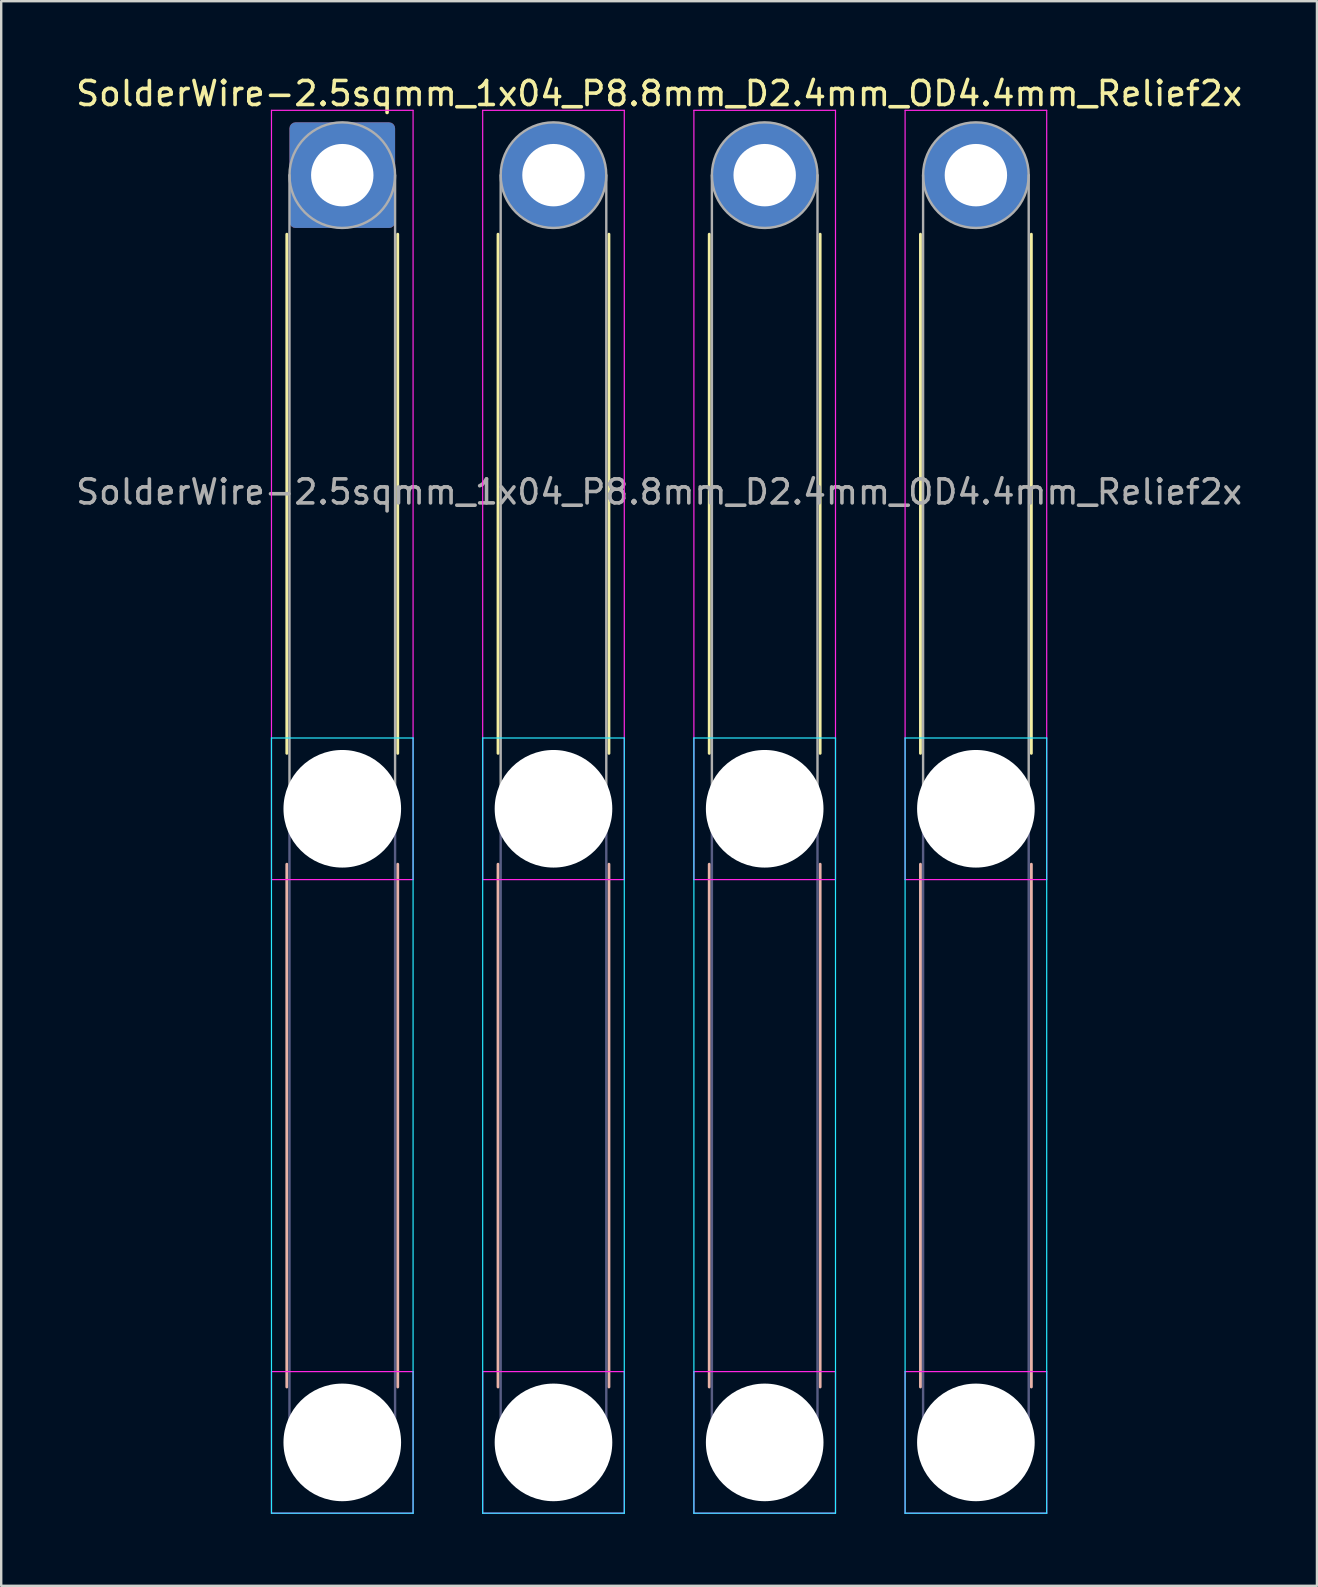
<source format=kicad_pcb>
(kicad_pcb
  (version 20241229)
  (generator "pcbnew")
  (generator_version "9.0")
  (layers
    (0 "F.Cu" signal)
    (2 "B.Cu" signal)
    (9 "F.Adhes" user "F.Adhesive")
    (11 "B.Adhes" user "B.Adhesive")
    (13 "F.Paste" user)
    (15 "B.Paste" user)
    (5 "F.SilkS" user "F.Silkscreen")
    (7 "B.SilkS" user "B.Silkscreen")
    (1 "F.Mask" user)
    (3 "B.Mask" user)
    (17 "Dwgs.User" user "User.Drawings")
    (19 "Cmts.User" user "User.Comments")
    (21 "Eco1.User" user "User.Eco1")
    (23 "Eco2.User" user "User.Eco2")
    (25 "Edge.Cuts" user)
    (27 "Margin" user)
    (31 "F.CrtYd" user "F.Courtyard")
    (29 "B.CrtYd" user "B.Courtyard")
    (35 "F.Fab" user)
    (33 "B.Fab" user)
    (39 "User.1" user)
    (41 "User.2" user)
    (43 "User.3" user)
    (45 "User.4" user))
  (footprint "SolderWire-2.5sqmm_1x04_P8.8mm_D2.4mm_OD4.4mm_Relief2x"
    (layer "F.Cu")
    (at 11.211 4.248)
    (property "Reference" "SolderWire-2.5sqmm_1x04_P8.8mm_D2.4mm_OD4.4mm_Relief2x" (at 13.2 -3.4 0) (layer "F.SilkS") (effects (font (size 1 1) (thickness 0.15))))
    (attr exclude_from_pos_files exclude_from_bom)
    (fp_line (start -2.31 2.46) (end -2.31 24.09) (stroke (width 0.12) (type solid)) (layer "F.SilkS"))
    (fp_line (start 2.31 2.46) (end 2.31 24.09) (stroke (width 0.12) (type solid)) (layer "F.SilkS"))
    (fp_line (start 6.49 2.46) (end 6.49 24.09) (stroke (width 0.12) (type solid)) (layer "F.SilkS"))
    (fp_line (start 11.11 2.46) (end 11.11 24.09) (stroke (width 0.12) (type solid)) (layer "F.SilkS"))
    (fp_line (start 15.29 2.46) (end 15.29 24.09) (stroke (width 0.12) (type solid)) (layer "F.SilkS"))
    (fp_line (start 19.91 2.46) (end 19.91 24.09) (stroke (width 0.12) (type solid)) (layer "F.SilkS"))
    (fp_line (start 24.09 2.46) (end 24.09 24.09) (stroke (width 0.12) (type solid)) (layer "F.SilkS"))
    (fp_line (start 28.71 2.46) (end 28.71 24.09) (stroke (width 0.12) (type solid)) (layer "F.SilkS"))
    (fp_line (start -2.31 28.71) (end -2.31 50.49) (stroke (width 0.12) (type solid)) (layer "B.SilkS"))
    (fp_line (start 2.31 28.71) (end 2.31 50.49) (stroke (width 0.12) (type solid)) (layer "B.SilkS"))
    (fp_line (start 6.49 28.71) (end 6.49 50.49) (stroke (width 0.12) (type solid)) (layer "B.SilkS"))
    (fp_line (start 11.11 28.71) (end 11.11 50.49) (stroke (width 0.12) (type solid)) (layer "B.SilkS"))
    (fp_line (start 15.29 28.71) (end 15.29 50.49) (stroke (width 0.12) (type solid)) (layer "B.SilkS"))
    (fp_line (start 19.91 28.71) (end 19.91 50.49) (stroke (width 0.12) (type solid)) (layer "B.SilkS"))
    (fp_line (start 24.09 28.71) (end 24.09 50.49) (stroke (width 0.12) (type solid)) (layer "B.SilkS"))
    (fp_line (start 28.71 28.71) (end 28.71 50.49) (stroke (width 0.12) (type solid)) (layer "B.SilkS"))
    (fp_line (start -2.95 23.45) (end -2.95 55.75) (stroke (width 0.05) (type solid)) (layer "B.CrtYd"))
    (fp_line (start -2.95 55.75) (end 2.95 55.75) (stroke (width 0.05) (type solid)) (layer "B.CrtYd"))
    (fp_line (start 2.95 23.45) (end -2.95 23.45) (stroke (width 0.05) (type solid)) (layer "B.CrtYd"))
    (fp_line (start 2.95 55.75) (end 2.95 23.45) (stroke (width 0.05) (type solid)) (layer "B.CrtYd"))
    (fp_line (start 5.85 23.45) (end 5.85 55.75) (stroke (width 0.05) (type solid)) (layer "B.CrtYd"))
    (fp_line (start 5.85 55.75) (end 11.75 55.75) (stroke (width 0.05) (type solid)) (layer "B.CrtYd"))
    (fp_line (start 11.75 23.45) (end 5.85 23.45) (stroke (width 0.05) (type solid)) (layer "B.CrtYd"))
    (fp_line (start 11.75 55.75) (end 11.75 23.45) (stroke (width 0.05) (type solid)) (layer "B.CrtYd"))
    (fp_line (start 14.65 23.45) (end 14.65 55.75) (stroke (width 0.05) (type solid)) (layer "B.CrtYd"))
    (fp_line (start 14.65 55.75) (end 20.55 55.75) (stroke (width 0.05) (type solid)) (layer "B.CrtYd"))
    (fp_line (start 20.55 23.45) (end 14.65 23.45) (stroke (width 0.05) (type solid)) (layer "B.CrtYd"))
    (fp_line (start 20.55 55.75) (end 20.55 23.45) (stroke (width 0.05) (type solid)) (layer "B.CrtYd"))
    (fp_line (start 23.45 23.45) (end 23.45 55.75) (stroke (width 0.05) (type solid)) (layer "B.CrtYd"))
    (fp_line (start 23.45 55.75) (end 29.35 55.75) (stroke (width 0.05) (type solid)) (layer "B.CrtYd"))
    (fp_line (start 29.35 23.45) (end 23.45 23.45) (stroke (width 0.05) (type solid)) (layer "B.CrtYd"))
    (fp_line (start 29.35 55.75) (end 29.35 23.45) (stroke (width 0.05) (type solid)) (layer "B.CrtYd"))
    (fp_line (start -2.95 -2.7) (end -2.95 29.35) (stroke (width 0.05) (type solid)) (layer "F.CrtYd"))
    (fp_line (start -2.95 29.35) (end 2.95 29.35) (stroke (width 0.05) (type solid)) (layer "F.CrtYd"))
    (fp_line (start -2.95 49.85) (end -2.95 55.75) (stroke (width 0.05) (type solid)) (layer "F.CrtYd"))
    (fp_line (start -2.95 55.75) (end 2.95 55.75) (stroke (width 0.05) (type solid)) (layer "F.CrtYd"))
    (fp_line (start 2.95 -2.7) (end -2.95 -2.7) (stroke (width 0.05) (type solid)) (layer "F.CrtYd"))
    (fp_line (start 2.95 29.35) (end 2.95 -2.7) (stroke (width 0.05) (type solid)) (layer "F.CrtYd"))
    (fp_line (start 2.95 49.85) (end -2.95 49.85) (stroke (width 0.05) (type solid)) (layer "F.CrtYd"))
    (fp_line (start 2.95 55.75) (end 2.95 49.85) (stroke (width 0.05) (type solid)) (layer "F.CrtYd"))
    (fp_line (start 5.85 -2.7) (end 5.85 29.35) (stroke (width 0.05) (type solid)) (layer "F.CrtYd"))
    (fp_line (start 5.85 29.35) (end 11.75 29.35) (stroke (width 0.05) (type solid)) (layer "F.CrtYd"))
    (fp_line (start 5.85 49.85) (end 5.85 55.75) (stroke (width 0.05) (type solid)) (layer "F.CrtYd"))
    (fp_line (start 5.85 55.75) (end 11.75 55.75) (stroke (width 0.05) (type solid)) (layer "F.CrtYd"))
    (fp_line (start 11.75 -2.7) (end 5.85 -2.7) (stroke (width 0.05) (type solid)) (layer "F.CrtYd"))
    (fp_line (start 11.75 29.35) (end 11.75 -2.7) (stroke (width 0.05) (type solid)) (layer "F.CrtYd"))
    (fp_line (start 11.75 49.85) (end 5.85 49.85) (stroke (width 0.05) (type solid)) (layer "F.CrtYd"))
    (fp_line (start 11.75 55.75) (end 11.75 49.85) (stroke (width 0.05) (type solid)) (layer "F.CrtYd"))
    (fp_line (start 14.65 -2.7) (end 14.65 29.35) (stroke (width 0.05) (type solid)) (layer "F.CrtYd"))
    (fp_line (start 14.65 29.35) (end 20.55 29.35) (stroke (width 0.05) (type solid)) (layer "F.CrtYd"))
    (fp_line (start 14.65 49.85) (end 14.65 55.75) (stroke (width 0.05) (type solid)) (layer "F.CrtYd"))
    (fp_line (start 14.65 55.75) (end 20.55 55.75) (stroke (width 0.05) (type solid)) (layer "F.CrtYd"))
    (fp_line (start 20.55 -2.7) (end 14.65 -2.7) (stroke (width 0.05) (type solid)) (layer "F.CrtYd"))
    (fp_line (start 20.55 29.35) (end 20.55 -2.7) (stroke (width 0.05) (type solid)) (layer "F.CrtYd"))
    (fp_line (start 20.55 49.85) (end 14.65 49.85) (stroke (width 0.05) (type solid)) (layer "F.CrtYd"))
    (fp_line (start 20.55 55.75) (end 20.55 49.85) (stroke (width 0.05) (type solid)) (layer "F.CrtYd"))
    (fp_line (start 23.45 -2.7) (end 23.45 29.35) (stroke (width 0.05) (type solid)) (layer "F.CrtYd"))
    (fp_line (start 23.45 29.35) (end 29.35 29.35) (stroke (width 0.05) (type solid)) (layer "F.CrtYd"))
    (fp_line (start 23.45 49.85) (end 23.45 55.75) (stroke (width 0.05) (type solid)) (layer "F.CrtYd"))
    (fp_line (start 23.45 55.75) (end 29.35 55.75) (stroke (width 0.05) (type solid)) (layer "F.CrtYd"))
    (fp_line (start 29.35 -2.7) (end 23.45 -2.7) (stroke (width 0.05) (type solid)) (layer "F.CrtYd"))
    (fp_line (start 29.35 29.35) (end 29.35 -2.7) (stroke (width 0.05) (type solid)) (layer "F.CrtYd"))
    (fp_line (start 29.35 49.85) (end 23.45 49.85) (stroke (width 0.05) (type solid)) (layer "F.CrtYd"))
    (fp_line (start 29.35 55.75) (end 29.35 49.85) (stroke (width 0.05) (type solid)) (layer "F.CrtYd"))
    (fp_line (start -2.2 26.4) (end -2.2 52.8) (stroke (width 0.1) (type solid)) (layer "B.Fab"))
    (fp_line (start 2.2 26.4) (end 2.2 52.8) (stroke (width 0.1) (type solid)) (layer "B.Fab"))
    (fp_line (start 6.6 26.4) (end 6.6 52.8) (stroke (width 0.1) (type solid)) (layer "B.Fab"))
    (fp_line (start 11 26.4) (end 11 52.8) (stroke (width 0.1) (type solid)) (layer "B.Fab"))
    (fp_line (start 15.4 26.4) (end 15.4 52.8) (stroke (width 0.1) (type solid)) (layer "B.Fab"))
    (fp_line (start 19.8 26.4) (end 19.8 52.8) (stroke (width 0.1) (type solid)) (layer "B.Fab"))
    (fp_line (start 24.2 26.4) (end 24.2 52.8) (stroke (width 0.1) (type solid)) (layer "B.Fab"))
    (fp_line (start 28.6 26.4) (end 28.6 52.8) (stroke (width 0.1) (type solid)) (layer "B.Fab"))
    (fp_circle (center 0 26.4) (end 2.2 26.4) (stroke (width 0.1) (type solid)) (fill no) (layer "B.Fab"))
    (fp_circle (center 0 52.8) (end 2.2 52.8) (stroke (width 0.1) (type solid)) (fill no) (layer "B.Fab"))
    (fp_circle (center 8.8 26.4) (end 11 26.4) (stroke (width 0.1) (type solid)) (fill no) (layer "B.Fab"))
    (fp_circle (center 8.8 52.8) (end 11 52.8) (stroke (width 0.1) (type solid)) (fill no) (layer "B.Fab"))
    (fp_circle (center 17.6 26.4) (end 19.8 26.4) (stroke (width 0.1) (type solid)) (fill no) (layer "B.Fab"))
    (fp_circle (center 17.6 52.8) (end 19.8 52.8) (stroke (width 0.1) (type solid)) (fill no) (layer "B.Fab"))
    (fp_circle (center 26.4 26.4) (end 28.6 26.4) (stroke (width 0.1) (type solid)) (fill no) (layer "B.Fab"))
    (fp_circle (center 26.4 52.8) (end 28.6 52.8) (stroke (width 0.1) (type solid)) (fill no) (layer "B.Fab"))
    (fp_line (start -2.2 0) (end -2.2 26.4) (stroke (width 0.1) (type solid)) (layer "F.Fab"))
    (fp_line (start 2.2 0) (end 2.2 26.4) (stroke (width 0.1) (type solid)) (layer "F.Fab"))
    (fp_line (start 6.6 0) (end 6.6 26.4) (stroke (width 0.1) (type solid)) (layer "F.Fab"))
    (fp_line (start 11 0) (end 11 26.4) (stroke (width 0.1) (type solid)) (layer "F.Fab"))
    (fp_line (start 15.4 0) (end 15.4 26.4) (stroke (width 0.1) (type solid)) (layer "F.Fab"))
    (fp_line (start 19.8 0) (end 19.8 26.4) (stroke (width 0.1) (type solid)) (layer "F.Fab"))
    (fp_line (start 24.2 0) (end 24.2 26.4) (stroke (width 0.1) (type solid)) (layer "F.Fab"))
    (fp_line (start 28.6 0) (end 28.6 26.4) (stroke (width 0.1) (type solid)) (layer "F.Fab"))
    (fp_circle (center 0 0) (end 2.2 0) (stroke (width 0.1) (type solid)) (fill no) (layer "F.Fab"))
    (fp_circle (center 0 26.4) (end 2.2 26.4) (stroke (width 0.1) (type solid)) (fill no) (layer "F.Fab"))
    (fp_circle (center 0 52.8) (end 2.2 52.8) (stroke (width 0.1) (type solid)) (fill no) (layer "F.Fab"))
    (fp_circle (center 8.8 0) (end 11 0) (stroke (width 0.1) (type solid)) (fill no) (layer "F.Fab"))
    (fp_circle (center 8.8 26.4) (end 11 26.4) (stroke (width 0.1) (type solid)) (fill no) (layer "F.Fab"))
    (fp_circle (center 8.8 52.8) (end 11 52.8) (stroke (width 0.1) (type solid)) (fill no) (layer "F.Fab"))
    (fp_circle (center 17.6 0) (end 19.8 0) (stroke (width 0.1) (type solid)) (fill no) (layer "F.Fab"))
    (fp_circle (center 17.6 26.4) (end 19.8 26.4) (stroke (width 0.1) (type solid)) (fill no) (layer "F.Fab"))
    (fp_circle (center 17.6 52.8) (end 19.8 52.8) (stroke (width 0.1) (type solid)) (fill no) (layer "F.Fab"))
    (fp_circle (center 26.4 0) (end 28.6 0) (stroke (width 0.1) (type solid)) (fill no) (layer "F.Fab"))
    (fp_circle (center 26.4 26.4) (end 28.6 26.4) (stroke (width 0.1) (type solid)) (fill no) (layer "F.Fab"))
    (fp_circle (center 26.4 52.8) (end 28.6 52.8) (stroke (width 0.1) (type solid)) (fill no) (layer "F.Fab"))
    (fp_text user "${REFERENCE}" (at 13.2 13.2 0) (layer "F.Fab") (effects (font (size 1 1) (thickness 0.15))))
    (pad "" np_thru_hole circle (at 0 26.4) (size 4.9 4.9) (drill 4.9) (layers "*.Cu" "*.Mask"))
    (pad "" np_thru_hole circle (at 0 52.8) (size 4.9 4.9) (drill 4.9) (layers "*.Cu" "*.Mask"))
    (pad "" np_thru_hole circle (at 8.8 26.4) (size 4.9 4.9) (drill 4.9) (layers "*.Cu" "*.Mask"))
    (pad "" np_thru_hole circle (at 8.8 52.8) (size 4.9 4.9) (drill 4.9) (layers "*.Cu" "*.Mask"))
    (pad "" np_thru_hole circle (at 17.6 26.4) (size 4.9 4.9) (drill 4.9) (layers "*.Cu" "*.Mask"))
    (pad "" np_thru_hole circle (at 17.6 52.8) (size 4.9 4.9) (drill 4.9) (layers "*.Cu" "*.Mask"))
    (pad "" np_thru_hole circle (at 26.4 26.4) (size 4.9 4.9) (drill 4.9) (layers "*.Cu" "*.Mask"))
    (pad "" np_thru_hole circle (at 26.4 52.8) (size 4.9 4.9) (drill 4.9) (layers "*.Cu" "*.Mask"))
    (pad "1" thru_hole roundrect (at 0 0) (size 4.4 4.4) (drill 2.6) (layers "*.Cu" "*.Mask") (roundrect_rratio 0.057))
    (pad "2" thru_hole circle (at 8.8 0) (size 4.4 4.4) (drill 2.6) (layers "*.Cu" "*.Mask"))
    (pad "3" thru_hole circle (at 17.6 0) (size 4.4 4.4) (drill 2.6) (layers "*.Cu" "*.Mask"))
    (pad "4" thru_hole circle (at 26.4 0) (size 4.4 4.4) (drill 2.6) (layers "*.Cu" "*.Mask")))
  (gr_rect
    (start -3 -3)
    (end 51.821 63.023)
    (stroke (width 0.1) (type default))
    (fill no)
    (layer "Edge.Cuts")))
</source>
